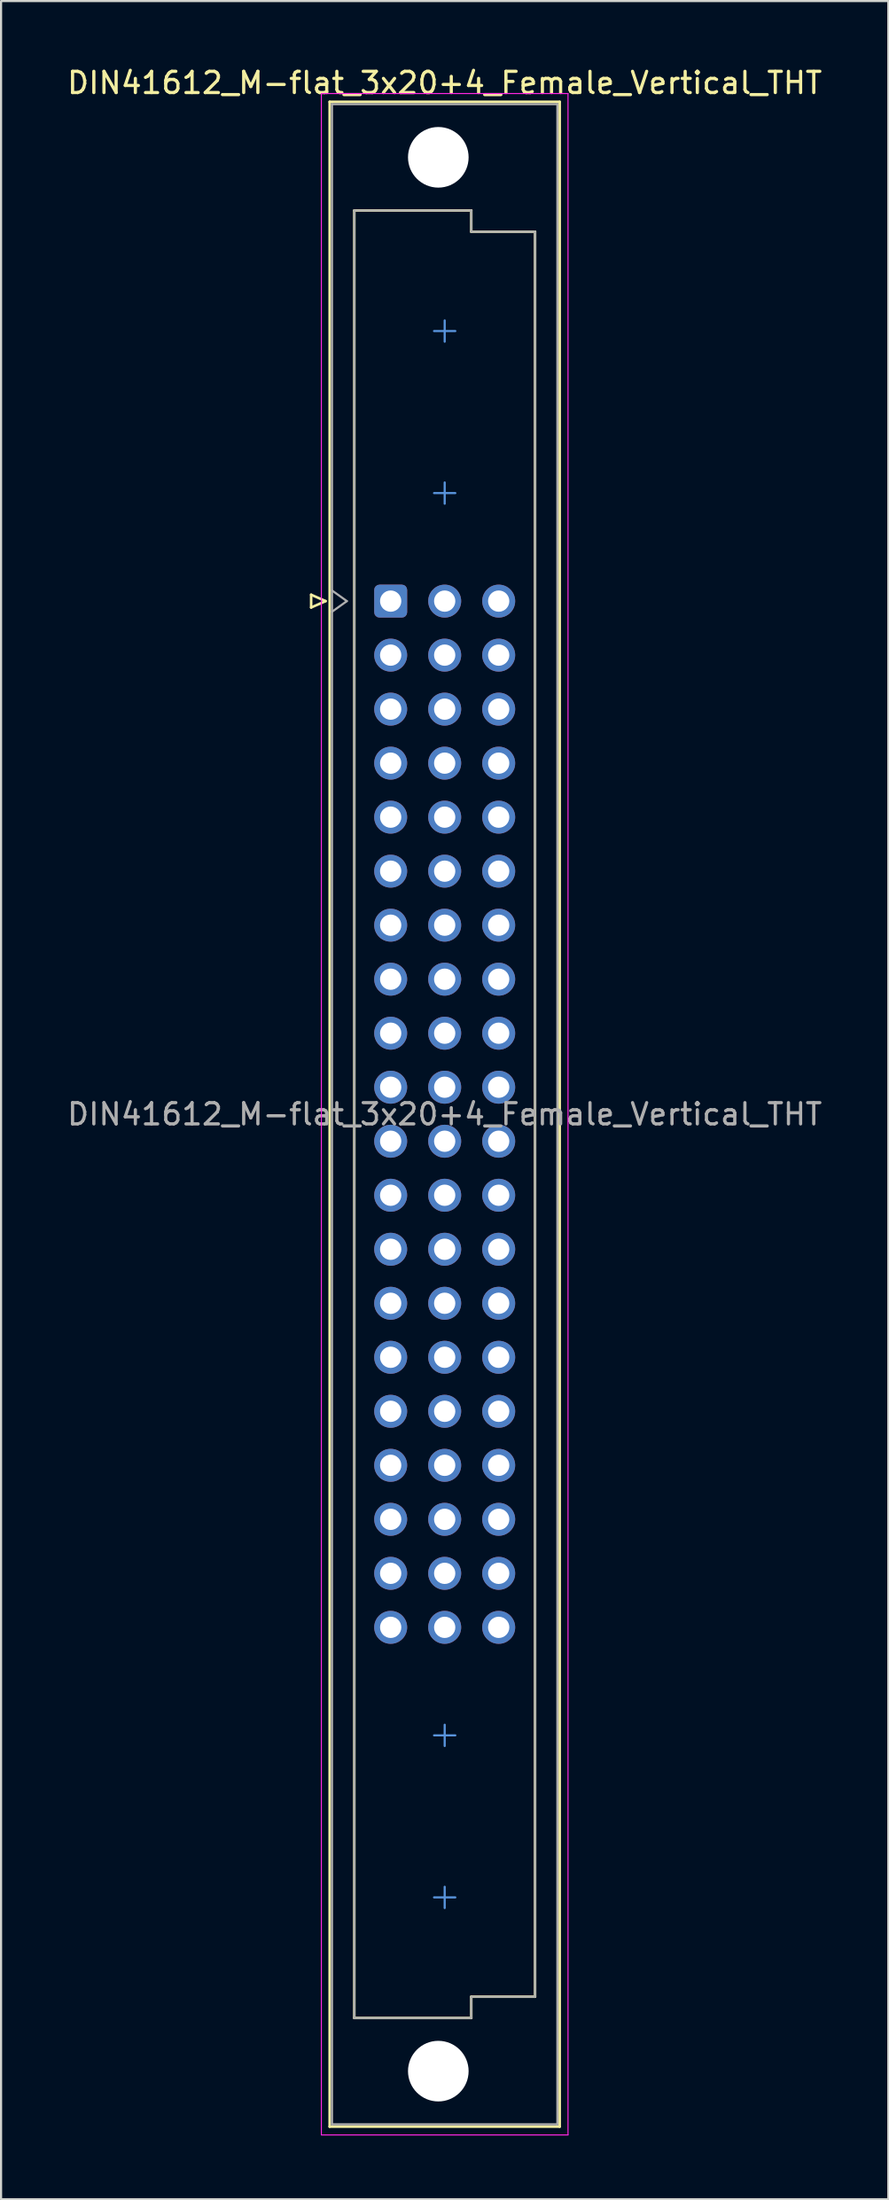
<source format=kicad_pcb>
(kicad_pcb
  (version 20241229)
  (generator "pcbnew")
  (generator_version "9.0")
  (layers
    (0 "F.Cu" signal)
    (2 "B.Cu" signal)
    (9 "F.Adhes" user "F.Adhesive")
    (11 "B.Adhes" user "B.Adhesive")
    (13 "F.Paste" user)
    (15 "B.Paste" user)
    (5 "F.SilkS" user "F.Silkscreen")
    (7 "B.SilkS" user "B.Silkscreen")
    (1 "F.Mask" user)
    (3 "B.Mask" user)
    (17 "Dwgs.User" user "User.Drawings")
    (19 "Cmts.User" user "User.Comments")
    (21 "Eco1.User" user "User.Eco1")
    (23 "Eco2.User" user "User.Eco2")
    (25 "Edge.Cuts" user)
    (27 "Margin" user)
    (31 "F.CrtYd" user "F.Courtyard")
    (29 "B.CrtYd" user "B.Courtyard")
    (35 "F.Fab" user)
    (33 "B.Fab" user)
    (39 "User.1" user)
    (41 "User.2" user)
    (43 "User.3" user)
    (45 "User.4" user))
  (footprint "DIN41612_M-flat_3x20+4_Female_Vertical_THT"
    (layer "F.Cu")
    (at 15.323 9.978)
    (property "Reference" "DIN41612_M-flat_3x20+4_Female_Vertical_THT" (at 2.54 -9.13 0) (layer "F.SilkS") (effects (font (size 1 1) (thickness 0.15))))
    (attr through_hole)
    (fp_line (start -3.74 14.94) (end -3.74 15.54) (stroke (width 0.12) (type solid)) (layer "F.SilkS"))
    (fp_line (start -3.74 15.54) (end -3.06 15.24) (stroke (width 0.12) (type solid)) (layer "F.SilkS"))
    (fp_line (start -3.06 15.24) (end -3.74 14.94) (stroke (width 0.12) (type solid)) (layer "F.SilkS"))
    (fp_line (start -2.87 -8.24) (end 7.95 -8.24) (stroke (width 0.12) (type solid)) (layer "F.SilkS"))
    (fp_line (start -2.87 86.98) (end -2.87 -8.24) (stroke (width 0.12) (type solid)) (layer "F.SilkS"))
    (fp_line (start -1.71 -3.13) (end 3.79 -3.13) (stroke (width 0.12) (type solid)) (layer "F.SilkS"))
    (fp_line (start -1.71 81.87) (end -1.71 -3.13) (stroke (width 0.12) (type solid)) (layer "F.SilkS"))
    (fp_line (start 3.79 -3.13) (end 3.79 -2.13) (stroke (width 0.12) (type solid)) (layer "F.SilkS"))
    (fp_line (start 3.79 -2.13) (end 6.79 -2.13) (stroke (width 0.12) (type solid)) (layer "F.SilkS"))
    (fp_line (start 3.79 80.87) (end 3.79 81.87) (stroke (width 0.12) (type solid)) (layer "F.SilkS"))
    (fp_line (start 3.79 81.87) (end -1.71 81.87) (stroke (width 0.12) (type solid)) (layer "F.SilkS"))
    (fp_line (start 6.79 -2.13) (end 6.79 80.87) (stroke (width 0.12) (type solid)) (layer "F.SilkS"))
    (fp_line (start 6.79 80.87) (end 3.79 80.87) (stroke (width 0.12) (type solid)) (layer "F.SilkS"))
    (fp_line (start 7.95 -8.24) (end 7.95 86.98) (stroke (width 0.12) (type solid)) (layer "F.SilkS"))
    (fp_line (start 7.95 86.98) (end -2.87 86.98) (stroke (width 0.12) (type solid)) (layer "F.SilkS"))
    (fp_line (start 2.54 3.04) (end 2.54 2.04) (stroke (width 0.1) (type solid)) (layer "Cmts.User"))
    (fp_line (start 2.54 10.66) (end 2.54 9.66) (stroke (width 0.1) (type solid)) (layer "Cmts.User"))
    (fp_line (start 2.54 69.08) (end 2.54 68.08) (stroke (width 0.1) (type solid)) (layer "Cmts.User"))
    (fp_line (start 2.54 76.7) (end 2.54 75.7) (stroke (width 0.1) (type solid)) (layer "Cmts.User"))
    (fp_line (start 3.04 2.54) (end 2.04 2.54) (stroke (width 0.1) (type solid)) (layer "Cmts.User"))
    (fp_line (start 3.04 10.16) (end 2.04 10.16) (stroke (width 0.1) (type solid)) (layer "Cmts.User"))
    (fp_line (start 3.04 68.58) (end 2.04 68.58) (stroke (width 0.1) (type solid)) (layer "Cmts.User"))
    (fp_line (start 3.04 76.2) (end 2.04 76.2) (stroke (width 0.1) (type solid)) (layer "Cmts.User"))
    (fp_line (start -3.26 -8.63) (end 8.34 -8.63) (stroke (width 0.05) (type solid)) (layer "F.CrtYd"))
    (fp_line (start -3.26 87.37) (end -3.26 -8.63) (stroke (width 0.05) (type solid)) (layer "F.CrtYd"))
    (fp_line (start 8.34 -8.63) (end 8.34 87.37) (stroke (width 0.05) (type solid)) (layer "F.CrtYd"))
    (fp_line (start 8.34 87.37) (end -3.26 87.37) (stroke (width 0.05) (type solid)) (layer "F.CrtYd"))
    (fp_line (start -2.76 -8.13) (end 7.84 -8.13) (stroke (width 0.1) (type solid)) (layer "F.Fab"))
    (fp_line (start -2.76 14.74) (end -2.06 15.24) (stroke (width 0.1) (type solid)) (layer "F.Fab"))
    (fp_line (start -2.76 86.87) (end -2.76 -8.13) (stroke (width 0.1) (type solid)) (layer "F.Fab"))
    (fp_line (start -2.06 15.24) (end -2.76 15.74) (stroke (width 0.1) (type solid)) (layer "F.Fab"))
    (fp_line (start -1.71 -3.13) (end 3.79 -3.13) (stroke (width 0.1) (type solid)) (layer "F.Fab"))
    (fp_line (start -1.71 81.87) (end -1.71 -3.13) (stroke (width 0.1) (type solid)) (layer "F.Fab"))
    (fp_line (start 3.79 -3.13) (end 3.79 -2.13) (stroke (width 0.1) (type solid)) (layer "F.Fab"))
    (fp_line (start 3.79 -2.13) (end 6.79 -2.13) (stroke (width 0.1) (type solid)) (layer "F.Fab"))
    (fp_line (start 3.79 80.87) (end 3.79 81.87) (stroke (width 0.1) (type solid)) (layer "F.Fab"))
    (fp_line (start 3.79 81.87) (end -1.71 81.87) (stroke (width 0.1) (type solid)) (layer "F.Fab"))
    (fp_line (start 6.79 -2.13) (end 6.79 80.87) (stroke (width 0.1) (type solid)) (layer "F.Fab"))
    (fp_line (start 6.79 80.87) (end 3.79 80.87) (stroke (width 0.1) (type solid)) (layer "F.Fab"))
    (fp_line (start 7.84 -8.13) (end 7.84 86.87) (stroke (width 0.1) (type solid)) (layer "F.Fab"))
    (fp_line (start 7.84 86.87) (end -2.76 86.87) (stroke (width 0.1) (type solid)) (layer "F.Fab"))
    (fp_text user "${REFERENCE}" (at 2.54 39.37 0) (layer "F.Fab") (effects (font (size 1 1) (thickness 0.15))))
    (pad "" np_thru_hole circle (at 2.24 -5.63) (size 2.85 2.85) (drill 2.85) (layers "*.Cu" "*.Mask"))
    (pad "" np_thru_hole circle (at 2.24 84.37) (size 2.85 2.85) (drill 2.85) (layers "*.Cu" "*.Mask"))
    (pad "a7" thru_hole roundrect (at 0 15.24) (size 1.55 1.55) (drill 1) (layers "*.Cu" "*.Mask") (roundrect_rratio 0.161))
    (pad "a8" thru_hole circle (at 0 17.78) (size 1.55 1.55) (drill 1) (layers "*.Cu" "*.Mask"))
    (pad "a9" thru_hole circle (at 0 20.32) (size 1.55 1.55) (drill 1) (layers "*.Cu" "*.Mask"))
    (pad "a10" thru_hole circle (at 0 22.86) (size 1.55 1.55) (drill 1) (layers "*.Cu" "*.Mask"))
    (pad "a11" thru_hole circle (at 0 25.4) (size 1.55 1.55) (drill 1) (layers "*.Cu" "*.Mask"))
    (pad "a12" thru_hole circle (at 0 27.94) (size 1.55 1.55) (drill 1) (layers "*.Cu" "*.Mask"))
    (pad "a13" thru_hole circle (at 0 30.48) (size 1.55 1.55) (drill 1) (layers "*.Cu" "*.Mask"))
    (pad "a14" thru_hole circle (at 0 33.02) (size 1.55 1.55) (drill 1) (layers "*.Cu" "*.Mask"))
    (pad "a15" thru_hole circle (at 0 35.56) (size 1.55 1.55) (drill 1) (layers "*.Cu" "*.Mask"))
    (pad "a16" thru_hole circle (at 0 38.1) (size 1.55 1.55) (drill 1) (layers "*.Cu" "*.Mask"))
    (pad "a17" thru_hole circle (at 0 40.64) (size 1.55 1.55) (drill 1) (layers "*.Cu" "*.Mask"))
    (pad "a18" thru_hole circle (at 0 43.18) (size 1.55 1.55) (drill 1) (layers "*.Cu" "*.Mask"))
    (pad "a19" thru_hole circle (at 0 45.72) (size 1.55 1.55) (drill 1) (layers "*.Cu" "*.Mask"))
    (pad "a20" thru_hole circle (at 0 48.26) (size 1.55 1.55) (drill 1) (layers "*.Cu" "*.Mask"))
    (pad "a21" thru_hole circle (at 0 50.8) (size 1.55 1.55) (drill 1) (layers "*.Cu" "*.Mask"))
    (pad "a22" thru_hole circle (at 0 53.34) (size 1.55 1.55) (drill 1) (layers "*.Cu" "*.Mask"))
    (pad "a23" thru_hole circle (at 0 55.88) (size 1.55 1.55) (drill 1) (layers "*.Cu" "*.Mask"))
    (pad "a24" thru_hole circle (at 0 58.42) (size 1.55 1.55) (drill 1) (layers "*.Cu" "*.Mask"))
    (pad "a25" thru_hole circle (at 0 60.96) (size 1.55 1.55) (drill 1) (layers "*.Cu" "*.Mask"))
    (pad "a26" thru_hole circle (at 0 63.5) (size 1.55 1.55) (drill 1) (layers "*.Cu" "*.Mask"))
    (pad "b7" thru_hole circle (at 2.54 15.24) (size 1.55 1.55) (drill 1) (layers "*.Cu" "*.Mask"))
    (pad "b8" thru_hole circle (at 2.54 17.78) (size 1.55 1.55) (drill 1) (layers "*.Cu" "*.Mask"))
    (pad "b9" thru_hole circle (at 2.54 20.32) (size 1.55 1.55) (drill 1) (layers "*.Cu" "*.Mask"))
    (pad "b10" thru_hole circle (at 2.54 22.86) (size 1.55 1.55) (drill 1) (layers "*.Cu" "*.Mask"))
    (pad "b11" thru_hole circle (at 2.54 25.4) (size 1.55 1.55) (drill 1) (layers "*.Cu" "*.Mask"))
    (pad "b12" thru_hole circle (at 2.54 27.94) (size 1.55 1.55) (drill 1) (layers "*.Cu" "*.Mask"))
    (pad "b13" thru_hole circle (at 2.54 30.48) (size 1.55 1.55) (drill 1) (layers "*.Cu" "*.Mask"))
    (pad "b14" thru_hole circle (at 2.54 33.02) (size 1.55 1.55) (drill 1) (layers "*.Cu" "*.Mask"))
    (pad "b15" thru_hole circle (at 2.54 35.56) (size 1.55 1.55) (drill 1) (layers "*.Cu" "*.Mask"))
    (pad "b16" thru_hole circle (at 2.54 38.1) (size 1.55 1.55) (drill 1) (layers "*.Cu" "*.Mask"))
    (pad "b17" thru_hole circle (at 2.54 40.64) (size 1.55 1.55) (drill 1) (layers "*.Cu" "*.Mask"))
    (pad "b18" thru_hole circle (at 2.54 43.18) (size 1.55 1.55) (drill 1) (layers "*.Cu" "*.Mask"))
    (pad "b19" thru_hole circle (at 2.54 45.72) (size 1.55 1.55) (drill 1) (layers "*.Cu" "*.Mask"))
    (pad "b20" thru_hole circle (at 2.54 48.26) (size 1.55 1.55) (drill 1) (layers "*.Cu" "*.Mask"))
    (pad "b21" thru_hole circle (at 2.54 50.8) (size 1.55 1.55) (drill 1) (layers "*.Cu" "*.Mask"))
    (pad "b22" thru_hole circle (at 2.54 53.34) (size 1.55 1.55) (drill 1) (layers "*.Cu" "*.Mask"))
    (pad "b23" thru_hole circle (at 2.54 55.88) (size 1.55 1.55) (drill 1) (layers "*.Cu" "*.Mask"))
    (pad "b24" thru_hole circle (at 2.54 58.42) (size 1.55 1.55) (drill 1) (layers "*.Cu" "*.Mask"))
    (pad "b25" thru_hole circle (at 2.54 60.96) (size 1.55 1.55) (drill 1) (layers "*.Cu" "*.Mask"))
    (pad "b26" thru_hole circle (at 2.54 63.5) (size 1.55 1.55) (drill 1) (layers "*.Cu" "*.Mask"))
    (pad "c7" thru_hole circle (at 5.08 15.24) (size 1.55 1.55) (drill 1) (layers "*.Cu" "*.Mask"))
    (pad "c8" thru_hole circle (at 5.08 17.78) (size 1.55 1.55) (drill 1) (layers "*.Cu" "*.Mask"))
    (pad "c9" thru_hole circle (at 5.08 20.32) (size 1.55 1.55) (drill 1) (layers "*.Cu" "*.Mask"))
    (pad "c10" thru_hole circle (at 5.08 22.86) (size 1.55 1.55) (drill 1) (layers "*.Cu" "*.Mask"))
    (pad "c11" thru_hole circle (at 5.08 25.4) (size 1.55 1.55) (drill 1) (layers "*.Cu" "*.Mask"))
    (pad "c12" thru_hole circle (at 5.08 27.94) (size 1.55 1.55) (drill 1) (layers "*.Cu" "*.Mask"))
    (pad "c13" thru_hole circle (at 5.08 30.48) (size 1.55 1.55) (drill 1) (layers "*.Cu" "*.Mask"))
    (pad "c14" thru_hole circle (at 5.08 33.02) (size 1.55 1.55) (drill 1) (layers "*.Cu" "*.Mask"))
    (pad "c15" thru_hole circle (at 5.08 35.56) (size 1.55 1.55) (drill 1) (layers "*.Cu" "*.Mask"))
    (pad "c16" thru_hole circle (at 5.08 38.1) (size 1.55 1.55) (drill 1) (layers "*.Cu" "*.Mask"))
    (pad "c17" thru_hole circle (at 5.08 40.64) (size 1.55 1.55) (drill 1) (layers "*.Cu" "*.Mask"))
    (pad "c18" thru_hole circle (at 5.08 43.18) (size 1.55 1.55) (drill 1) (layers "*.Cu" "*.Mask"))
    (pad "c19" thru_hole circle (at 5.08 45.72) (size 1.55 1.55) (drill 1) (layers "*.Cu" "*.Mask"))
    (pad "c20" thru_hole circle (at 5.08 48.26) (size 1.55 1.55) (drill 1) (layers "*.Cu" "*.Mask"))
    (pad "c21" thru_hole circle (at 5.08 50.8) (size 1.55 1.55) (drill 1) (layers "*.Cu" "*.Mask"))
    (pad "c22" thru_hole circle (at 5.08 53.34) (size 1.55 1.55) (drill 1) (layers "*.Cu" "*.Mask"))
    (pad "c23" thru_hole circle (at 5.08 55.88) (size 1.55 1.55) (drill 1) (layers "*.Cu" "*.Mask"))
    (pad "c24" thru_hole circle (at 5.08 58.42) (size 1.55 1.55) (drill 1) (layers "*.Cu" "*.Mask"))
    (pad "c25" thru_hole circle (at 5.08 60.96) (size 1.55 1.55) (drill 1) (layers "*.Cu" "*.Mask"))
    (pad "c26" thru_hole circle (at 5.08 63.5) (size 1.55 1.55) (drill 1) (layers "*.Cu" "*.Mask")))
  (gr_rect
    (start -3 -3)
    (end 38.726 100.373)
    (stroke (width 0.1) (type default))
    (fill no)
    (layer "Edge.Cuts")))
</source>
